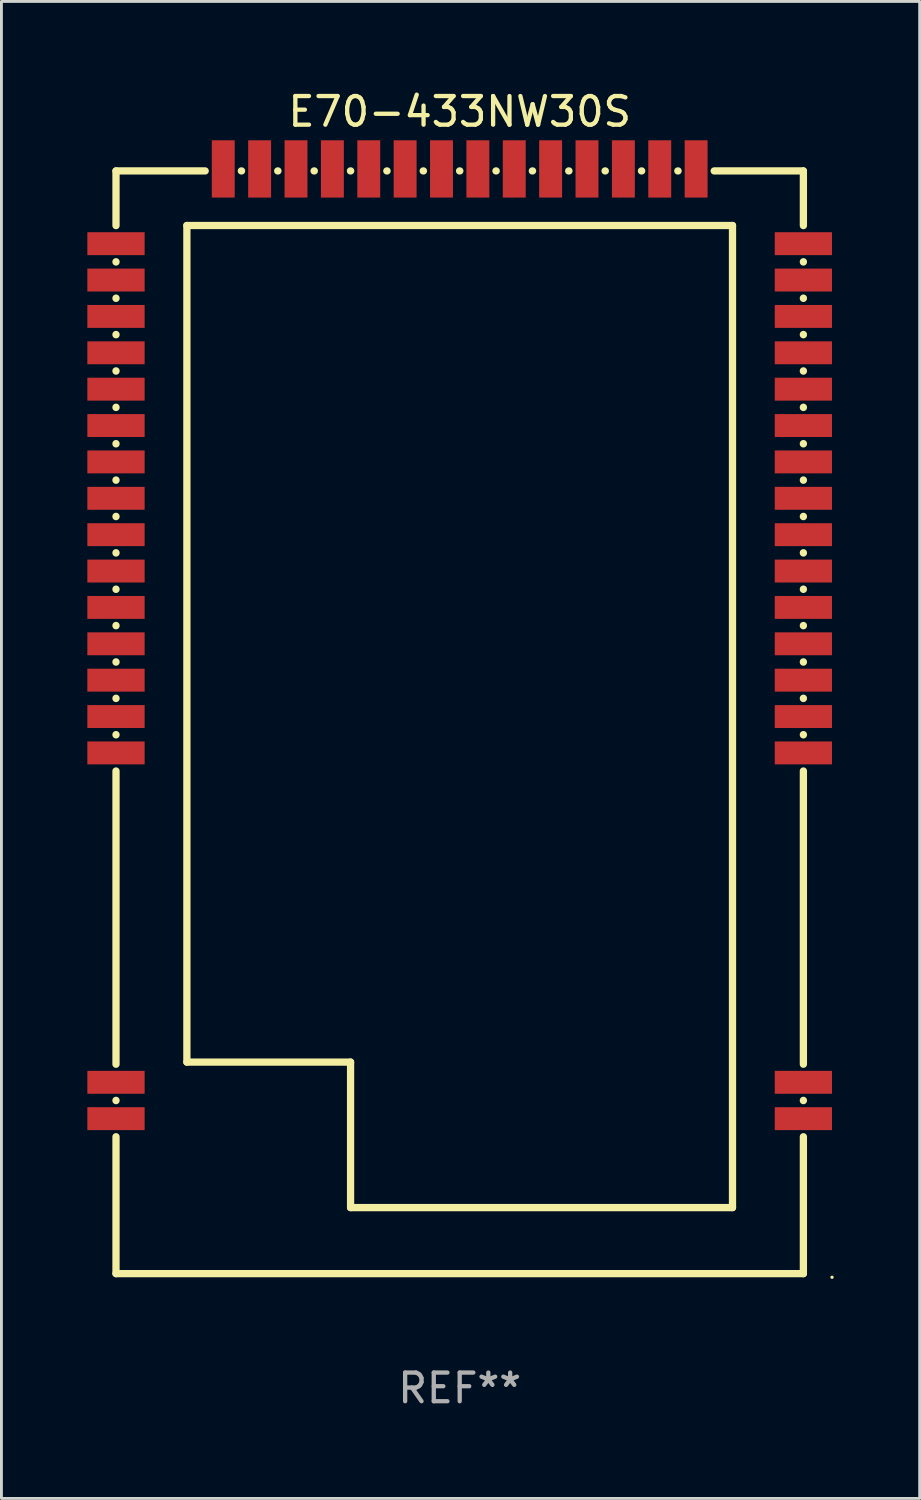
<source format=kicad_pcb>
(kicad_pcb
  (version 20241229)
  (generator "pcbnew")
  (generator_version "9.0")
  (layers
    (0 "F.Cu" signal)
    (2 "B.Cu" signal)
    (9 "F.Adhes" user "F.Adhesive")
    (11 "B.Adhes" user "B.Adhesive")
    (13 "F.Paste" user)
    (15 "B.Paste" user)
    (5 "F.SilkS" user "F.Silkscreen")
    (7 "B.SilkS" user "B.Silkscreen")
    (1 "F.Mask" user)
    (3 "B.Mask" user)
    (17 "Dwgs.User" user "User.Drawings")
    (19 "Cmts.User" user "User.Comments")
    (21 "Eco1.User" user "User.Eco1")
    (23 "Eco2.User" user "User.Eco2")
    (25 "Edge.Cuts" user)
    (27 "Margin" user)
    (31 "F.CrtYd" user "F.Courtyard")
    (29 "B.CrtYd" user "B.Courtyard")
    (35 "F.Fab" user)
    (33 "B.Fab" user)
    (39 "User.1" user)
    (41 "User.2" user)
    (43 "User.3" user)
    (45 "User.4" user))
  (footprint "E70-433NW30S"
    (layer "F.Cu")
    (at 13 22.133)
    (property "Reference" "E70-433NW30S" (at 0 -21.285 0) (layer "F.SilkS") (effects (font (size 1 1) (thickness 0.15))))
    (attr through_hole)
    (fp_line (start -12 -19.215) (end -8.886 -19.215) (stroke (width 0.254) (type solid)) (layer "F.SilkS"))
    (fp_line (start -12 -17.306) (end -12 -19.215) (stroke (width 0.254) (type solid)) (layer "F.SilkS"))
    (fp_line (start -12 -16.036) (end -12 -16.044) (stroke (width 0.254) (type solid)) (layer "F.SilkS"))
    (fp_line (start -12 -14.766) (end -12 -14.774) (stroke (width 0.254) (type solid)) (layer "F.SilkS"))
    (fp_line (start -12 -13.496) (end -12 -13.504) (stroke (width 0.254) (type solid)) (layer "F.SilkS"))
    (fp_line (start -12 -12.226) (end -12 -12.234) (stroke (width 0.254) (type solid)) (layer "F.SilkS"))
    (fp_line (start -12 -10.956) (end -12 -10.964) (stroke (width 0.254) (type solid)) (layer "F.SilkS"))
    (fp_line (start -12 -9.686) (end -12 -9.694) (stroke (width 0.254) (type solid)) (layer "F.SilkS"))
    (fp_line (start -12 -8.416) (end -12 -8.424) (stroke (width 0.254) (type solid)) (layer "F.SilkS"))
    (fp_line (start -12 -7.146) (end -12 -7.154) (stroke (width 0.254) (type solid)) (layer "F.SilkS"))
    (fp_line (start -12 -5.876) (end -12 -5.884) (stroke (width 0.254) (type solid)) (layer "F.SilkS"))
    (fp_line (start -12 -4.606) (end -12 -4.614) (stroke (width 0.254) (type solid)) (layer "F.SilkS"))
    (fp_line (start -12 -3.336) (end -12 -3.344) (stroke (width 0.254) (type solid)) (layer "F.SilkS"))
    (fp_line (start -12 -2.066) (end -12 -2.074) (stroke (width 0.254) (type solid)) (layer "F.SilkS"))
    (fp_line (start -12 -0.796) (end -12 -0.804) (stroke (width 0.254) (type solid)) (layer "F.SilkS"))
    (fp_line (start -12 0.474) (end -12 0.466) (stroke (width 0.254) (type solid)) (layer "F.SilkS"))
    (fp_line (start -12 11.974) (end -12 1.736) (stroke (width 0.254) (type solid)) (layer "F.SilkS"))
    (fp_line (start -12 13.244) (end -12 13.236) (stroke (width 0.254) (type solid)) (layer "F.SilkS"))
    (fp_line (start -12 19.285) (end -12 14.506) (stroke (width 0.254) (type solid)) (layer "F.SilkS"))
    (fp_line (start -9.525 -17.31) (end 9.525 -17.31) (stroke (width 0.254) (type solid)) (layer "F.SilkS"))
    (fp_line (start -9.525 11.9) (end -9.525 -17.31) (stroke (width 0.254) (type solid)) (layer "F.SilkS"))
    (fp_line (start -7.624 -19.215) (end -7.616 -19.215) (stroke (width 0.254) (type solid)) (layer "F.SilkS"))
    (fp_line (start -6.354 -19.215) (end -6.346 -19.215) (stroke (width 0.254) (type solid)) (layer "F.SilkS"))
    (fp_line (start -5.084 -19.215) (end -5.076 -19.215) (stroke (width 0.254) (type solid)) (layer "F.SilkS"))
    (fp_line (start -3.814 -19.215) (end -3.806 -19.215) (stroke (width 0.254) (type solid)) (layer "F.SilkS"))
    (fp_line (start -3.81 11.9) (end -9.525 11.9) (stroke (width 0.254) (type solid)) (layer "F.SilkS"))
    (fp_line (start -3.81 16.98) (end -3.81 11.9) (stroke (width 0.254) (type solid)) (layer "F.SilkS"))
    (fp_line (start -2.544 -19.215) (end -2.536 -19.215) (stroke (width 0.254) (type solid)) (layer "F.SilkS"))
    (fp_line (start -1.274 -19.215) (end -1.266 -19.215) (stroke (width 0.254) (type solid)) (layer "F.SilkS"))
    (fp_line (start -0.004 -19.215) (end 0.004 -19.215) (stroke (width 0.254) (type solid)) (layer "F.SilkS"))
    (fp_line (start 1.266 -19.215) (end 1.274 -19.215) (stroke (width 0.254) (type solid)) (layer "F.SilkS"))
    (fp_line (start 2.536 -19.215) (end 2.544 -19.215) (stroke (width 0.254) (type solid)) (layer "F.SilkS"))
    (fp_line (start 3.806 -19.215) (end 3.814 -19.215) (stroke (width 0.254) (type solid)) (layer "F.SilkS"))
    (fp_line (start 5.076 -19.215) (end 5.084 -19.215) (stroke (width 0.254) (type solid)) (layer "F.SilkS"))
    (fp_line (start 6.346 -19.215) (end 6.354 -19.215) (stroke (width 0.254) (type solid)) (layer "F.SilkS"))
    (fp_line (start 7.616 -19.215) (end 7.624 -19.215) (stroke (width 0.254) (type solid)) (layer "F.SilkS"))
    (fp_line (start 8.886 -19.215) (end 12 -19.215) (stroke (width 0.254) (type solid)) (layer "F.SilkS"))
    (fp_line (start 9.525 -17.31) (end 9.525 16.98) (stroke (width 0.254) (type solid)) (layer "F.SilkS"))
    (fp_line (start 9.525 16.98) (end -3.81 16.98) (stroke (width 0.254) (type solid)) (layer "F.SilkS"))
    (fp_line (start 12 -19.215) (end 12 -17.306) (stroke (width 0.254) (type solid)) (layer "F.SilkS"))
    (fp_line (start 12 -16.044) (end 12 -16.036) (stroke (width 0.254) (type solid)) (layer "F.SilkS"))
    (fp_line (start 12 -14.774) (end 12 -14.766) (stroke (width 0.254) (type solid)) (layer "F.SilkS"))
    (fp_line (start 12 -13.504) (end 12 -13.496) (stroke (width 0.254) (type solid)) (layer "F.SilkS"))
    (fp_line (start 12 -12.234) (end 12 -12.226) (stroke (width 0.254) (type solid)) (layer "F.SilkS"))
    (fp_line (start 12 -10.964) (end 12 -10.956) (stroke (width 0.254) (type solid)) (layer "F.SilkS"))
    (fp_line (start 12 -9.694) (end 12 -9.686) (stroke (width 0.254) (type solid)) (layer "F.SilkS"))
    (fp_line (start 12 -8.424) (end 12 -8.416) (stroke (width 0.254) (type solid)) (layer "F.SilkS"))
    (fp_line (start 12 -7.154) (end 12 -7.146) (stroke (width 0.254) (type solid)) (layer "F.SilkS"))
    (fp_line (start 12 -5.884) (end 12 -5.876) (stroke (width 0.254) (type solid)) (layer "F.SilkS"))
    (fp_line (start 12 -4.614) (end 12 -4.606) (stroke (width 0.254) (type solid)) (layer "F.SilkS"))
    (fp_line (start 12 -3.344) (end 12 -3.336) (stroke (width 0.254) (type solid)) (layer "F.SilkS"))
    (fp_line (start 12 -2.074) (end 12 -2.066) (stroke (width 0.254) (type solid)) (layer "F.SilkS"))
    (fp_line (start 12 -0.804) (end 12 -0.796) (stroke (width 0.254) (type solid)) (layer "F.SilkS"))
    (fp_line (start 12 0.466) (end 12 0.474) (stroke (width 0.254) (type solid)) (layer "F.SilkS"))
    (fp_line (start 12 1.736) (end 12 11.974) (stroke (width 0.254) (type solid)) (layer "F.SilkS"))
    (fp_line (start 12 13.236) (end 12 13.244) (stroke (width 0.254) (type solid)) (layer "F.SilkS"))
    (fp_line (start 12 14.506) (end 12 19.285) (stroke (width 0.254) (type solid)) (layer "F.SilkS"))
    (fp_line (start 12 19.285) (end -12 19.285) (stroke (width 0.254) (type solid)) (layer "F.SilkS"))
    (fp_circle (center 13 19.412) (end 13.03 19.412) (stroke (width 0.06) (type solid)) (fill no) (layer "F.SilkS"))
    (fp_text user "REF**" (at 0 23.285 0) (layer "F.Fab") (effects (font (size 1 1) (thickness 0.15))))
    (pad "1" smd rect (at 12 13.875) (size 2 0.8) (layers "F.Cu" "F.Mask" "F.Paste"))
    (pad "2" smd rect (at 12 12.605) (size 2 0.8) (layers "F.Cu" "F.Mask" "F.Paste"))
    (pad "3" smd rect (at 12 1.105) (size 2 0.8) (layers "F.Cu" "F.Mask" "F.Paste"))
    (pad "4" smd rect (at 12 -0.165) (size 2 0.8) (layers "F.Cu" "F.Mask" "F.Paste"))
    (pad "5" smd rect (at 12 -1.435) (size 2 0.8) (layers "F.Cu" "F.Mask" "F.Paste"))
    (pad "6" smd rect (at 12 -2.705) (size 2 0.8) (layers "F.Cu" "F.Mask" "F.Paste"))
    (pad "7" smd rect (at 12 -3.975) (size 2 0.8) (layers "F.Cu" "F.Mask" "F.Paste"))
    (pad "8" smd rect (at 12 -5.245) (size 2 0.8) (layers "F.Cu" "F.Mask" "F.Paste"))
    (pad "9" smd rect (at 12 -6.515) (size 2 0.8) (layers "F.Cu" "F.Mask" "F.Paste"))
    (pad "10" smd rect (at 12 -7.785) (size 2 0.8) (layers "F.Cu" "F.Mask" "F.Paste"))
    (pad "11" smd rect (at 12 -9.055) (size 2 0.8) (layers "F.Cu" "F.Mask" "F.Paste"))
    (pad "12" smd rect (at 12 -10.325) (size 2 0.8) (layers "F.Cu" "F.Mask" "F.Paste"))
    (pad "13" smd rect (at 12 -11.595) (size 2 0.8) (layers "F.Cu" "F.Mask" "F.Paste"))
    (pad "14" smd rect (at 12 -12.865) (size 2 0.8) (layers "F.Cu" "F.Mask" "F.Paste"))
    (pad "15" smd rect (at 12 -14.135) (size 2 0.8) (layers "F.Cu" "F.Mask" "F.Paste"))
    (pad "16" smd rect (at 12 -15.405) (size 2 0.8) (layers "F.Cu" "F.Mask" "F.Paste"))
    (pad "17" smd rect (at 12 -16.675) (size 2 0.8) (layers "F.Cu" "F.Mask" "F.Paste"))
    (pad "18" smd rect (at 8.255 -19.285 90) (size 2 0.8) (layers "F.Cu" "F.Mask" "F.Paste"))
    (pad "19" smd rect (at 6.985 -19.285 90) (size 2 0.8) (layers "F.Cu" "F.Mask" "F.Paste"))
    (pad "20" smd rect (at 5.715 -19.285 90) (size 2 0.8) (layers "F.Cu" "F.Mask" "F.Paste"))
    (pad "21" smd rect (at 4.445 -19.285 90) (size 2 0.8) (layers "F.Cu" "F.Mask" "F.Paste"))
    (pad "22" smd rect (at 3.175 -19.285 90) (size 2 0.8) (layers "F.Cu" "F.Mask" "F.Paste"))
    (pad "23" smd rect (at 1.905 -19.285 90) (size 2 0.8) (layers "F.Cu" "F.Mask" "F.Paste"))
    (pad "24" smd rect (at 0.635 -19.285 90) (size 2 0.8) (layers "F.Cu" "F.Mask" "F.Paste"))
    (pad "25" smd rect (at -0.635 -19.285 90) (size 2 0.8) (layers "F.Cu" "F.Mask" "F.Paste"))
    (pad "26" smd rect (at -1.905 -19.285 90) (size 2 0.8) (layers "F.Cu" "F.Mask" "F.Paste"))
    (pad "27" smd rect (at -3.175 -19.285 90) (size 2 0.8) (layers "F.Cu" "F.Mask" "F.Paste"))
    (pad "28" smd rect (at -4.445 -19.285 90) (size 2 0.8) (layers "F.Cu" "F.Mask" "F.Paste"))
    (pad "29" smd rect (at -5.715 -19.285 90) (size 2 0.8) (layers "F.Cu" "F.Mask" "F.Paste"))
    (pad "30" smd rect (at -6.985 -19.285 90) (size 2 0.8) (layers "F.Cu" "F.Mask" "F.Paste"))
    (pad "31" smd rect (at -8.255 -19.285 90) (size 2 0.8) (layers "F.Cu" "F.Mask" "F.Paste"))
    (pad "32" smd rect (at -12 -16.675 180) (size 2 0.8) (layers "F.Cu" "F.Mask" "F.Paste"))
    (pad "33" smd rect (at -12 -15.405 180) (size 2 0.8) (layers "F.Cu" "F.Mask" "F.Paste"))
    (pad "34" smd rect (at -12 -14.135 180) (size 2 0.8) (layers "F.Cu" "F.Mask" "F.Paste"))
    (pad "35" smd rect (at -12 -12.865 180) (size 2 0.8) (layers "F.Cu" "F.Mask" "F.Paste"))
    (pad "36" smd rect (at -12 -11.595 180) (size 2 0.8) (layers "F.Cu" "F.Mask" "F.Paste"))
    (pad "37" smd rect (at -12 -10.325 180) (size 2 0.8) (layers "F.Cu" "F.Mask" "F.Paste"))
    (pad "38" smd rect (at -12 -9.055 180) (size 2 0.8) (layers "F.Cu" "F.Mask" "F.Paste"))
    (pad "39" smd rect (at -12 -7.785 180) (size 2 0.8) (layers "F.Cu" "F.Mask" "F.Paste"))
    (pad "40" smd rect (at -12 -6.515 180) (size 2 0.8) (layers "F.Cu" "F.Mask" "F.Paste"))
    (pad "41" smd rect (at -12 -5.245 180) (size 2 0.8) (layers "F.Cu" "F.Mask" "F.Paste"))
    (pad "42" smd rect (at -12 -3.975 180) (size 2 0.8) (layers "F.Cu" "F.Mask" "F.Paste"))
    (pad "43" smd rect (at -12 -2.705 180) (size 2 0.8) (layers "F.Cu" "F.Mask" "F.Paste"))
    (pad "44" smd rect (at -12 -1.435 180) (size 2 0.8) (layers "F.Cu" "F.Mask" "F.Paste"))
    (pad "45" smd rect (at -12 -0.165 180) (size 2 0.8) (layers "F.Cu" "F.Mask" "F.Paste"))
    (pad "46" smd rect (at -12 1.105 180) (size 2 0.8) (layers "F.Cu" "F.Mask" "F.Paste"))
    (pad "47" smd rect (at -12 12.605 180) (size 2 0.8) (layers "F.Cu" "F.Mask" "F.Paste"))
    (pad "48" smd rect (at -12 13.875 180) (size 2 0.8) (layers "F.Cu" "F.Mask" "F.Paste")))
  (gr_rect
    (start -3 -3)
    (end 29.06 49.267)
    (stroke (width 0.1) (type default))
    (fill no)
    (layer "Edge.Cuts")))
</source>
